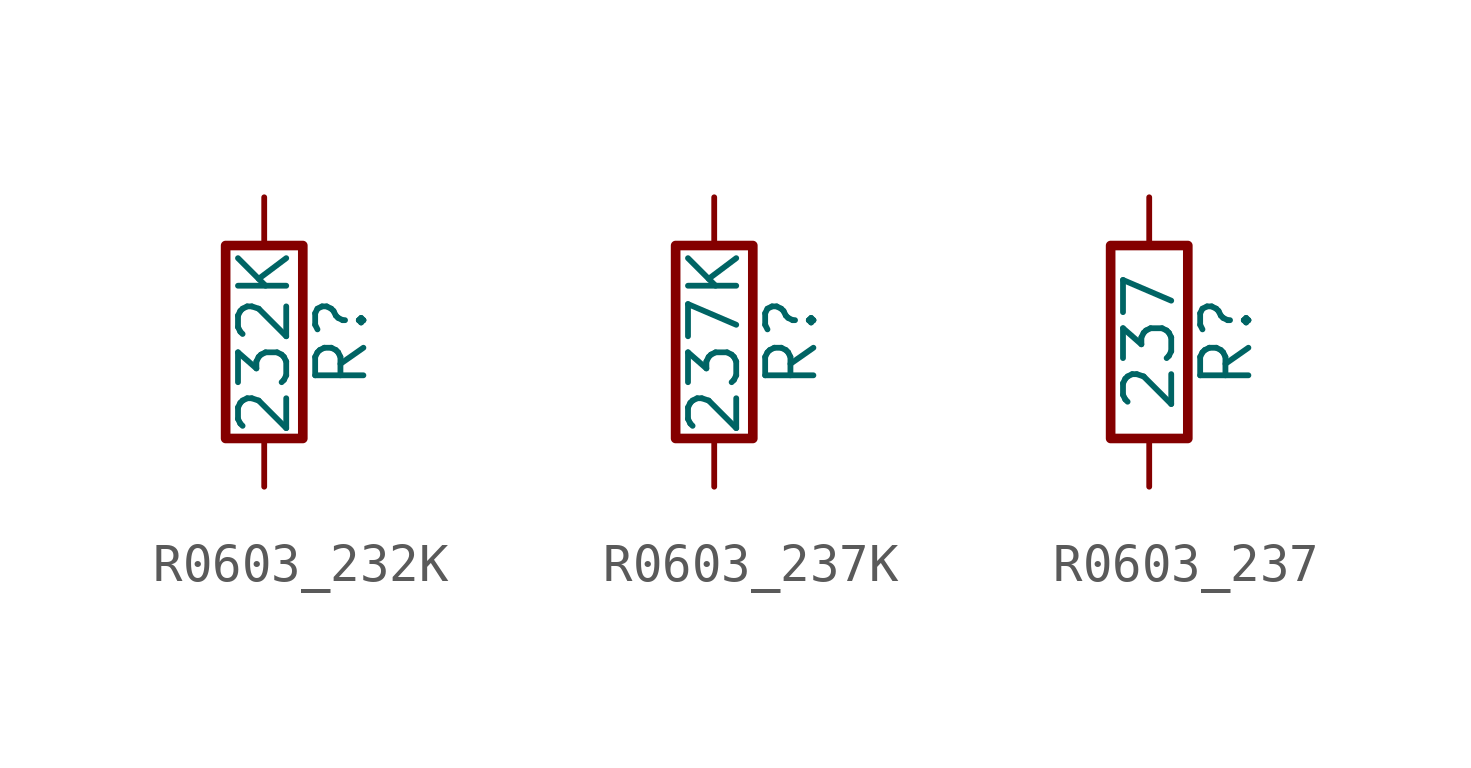
<source format=kicad_sym>
(kicad_symbol_lib
  (version 20211014)
  (generator atlantix-eda)
  (symbol "R0603_232K"
    (pin_numbers hide)
    (pin_names
      (offset 0))
    (property "Reference" "R"
      (at 2.032 0 90)
      (effects (font (size 1.27 1.27))))
    (property "Value" "232K"
      (at 0 0 90)
      (effects (font (size 1.27 1.27))))
    (symbol "R0603_232K_0_1"
      (rectangle (start -1.016 -2.54) (end 1.016 2.54) (stroke (width 0.254) (type default) (color 0 0 0 0)) (fill (type none))))
    (symbol "R0603_232K_1_1"
      (pin passive line (at 0 3.81 270) (length 1.27) (name "~" (effects (font (size 1.27 1.27)))) (number "1" (effects (font (size 1.27 1.27)))))
      (pin passive line (at 0 -3.81 90) (length 1.27) (name "~" (effects (font (size 1.27 1.27)))) (number "2" (effects (font (size 1.27 1.27)))))))
  (symbol "R0603_237K"
    (pin_numbers hide)
    (pin_names
      (offset 0))
    (property "Reference" "R"
      (at 2.032 0 90)
      (effects (font (size 1.27 1.27))))
    (property "Value" "237K"
      (at 0 0 90)
      (effects (font (size 1.27 1.27))))
    (symbol "R0603_237K_0_1"
      (rectangle (start -1.016 -2.54) (end 1.016 2.54) (stroke (width 0.254) (type default) (color 0 0 0 0)) (fill (type none))))
    (symbol "R0603_237K_1_1"
      (pin passive line (at 0 3.81 270) (length 1.27) (name "~" (effects (font (size 1.27 1.27)))) (number "1" (effects (font (size 1.27 1.27)))))
      (pin passive line (at 0 -3.81 90) (length 1.27) (name "~" (effects (font (size 1.27 1.27)))) (number "2" (effects (font (size 1.27 1.27)))))))
  (symbol "R0603_237"
    (pin_numbers hide)
    (pin_names
      (offset 0))
    (property "Reference" "R"
      (at 2.032 0 90)
      (effects (font (size 1.27 1.27))))
    (property "Value" "237"
      (at 0 0 90)
      (effects (font (size 1.27 1.27))))
    (symbol "R0603_237_0_1"
      (rectangle (start -1.016 -2.54) (end 1.016 2.54) (stroke (width 0.254) (type default) (color 0 0 0 0)) (fill (type none))))
    (symbol "R0603_237_1_1"
      (pin passive line (at 0 3.81 270) (length 1.27) (name "~" (effects (font (size 1.27 1.27)))) (number "1" (effects (font (size 1.27 1.27)))))
      (pin passive line (at 0 -3.81 90) (length 1.27) (name "~" (effects (font (size 1.27 1.27)))) (number "2" (effects (font (size 1.27 1.27))))))))
</source>
